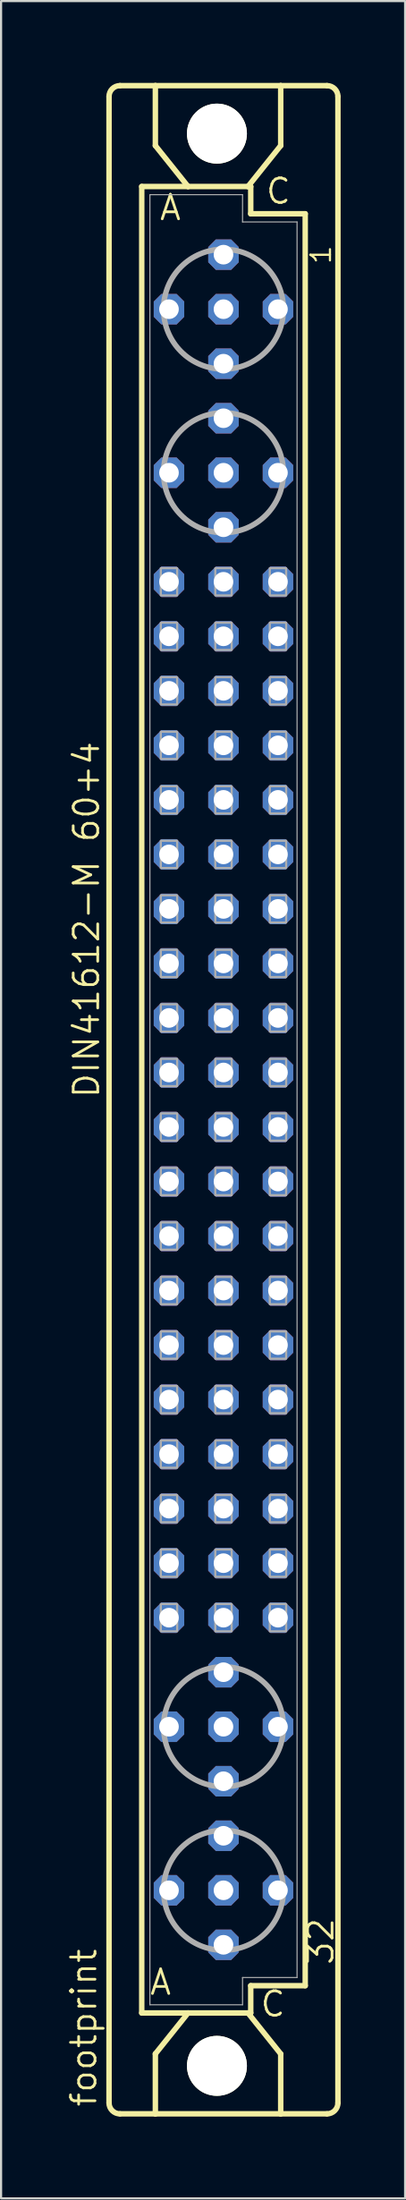
<source format=kicad_pcb>
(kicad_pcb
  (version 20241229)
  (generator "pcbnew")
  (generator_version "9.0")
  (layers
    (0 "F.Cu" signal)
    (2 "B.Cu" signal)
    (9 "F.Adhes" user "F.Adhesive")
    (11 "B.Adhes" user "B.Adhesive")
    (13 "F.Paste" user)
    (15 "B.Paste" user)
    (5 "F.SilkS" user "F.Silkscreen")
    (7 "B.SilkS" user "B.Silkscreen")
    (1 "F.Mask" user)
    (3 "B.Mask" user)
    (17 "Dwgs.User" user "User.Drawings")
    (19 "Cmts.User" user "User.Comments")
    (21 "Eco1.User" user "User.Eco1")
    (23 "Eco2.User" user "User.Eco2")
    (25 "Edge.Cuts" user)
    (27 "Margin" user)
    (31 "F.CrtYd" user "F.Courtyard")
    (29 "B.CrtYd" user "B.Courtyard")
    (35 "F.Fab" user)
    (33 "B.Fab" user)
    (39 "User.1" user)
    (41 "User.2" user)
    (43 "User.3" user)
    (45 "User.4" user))
  (footprint "footprint"
    (layer "F.Cu")
    (at 7.366 48.184)
    (property "Reference" "footprint" (at -5.842 46.99 90) (layer "F.SilkS") (effects (font (size 1.143 1.143) (thickness 0.127)) (justify left bottom)))
    (fp_line (start -5.334 46.736) (end -5.334 -46.736) (stroke (width 0.254) (type solid)) (layer "F.SilkS"))
    (fp_line (start -4.826 -47.244) (end -3.175 -47.244) (stroke (width 0.254) (type solid)) (layer "F.SilkS"))
    (fp_line (start -4.826 47.244) (end -3.175 47.244) (stroke (width 0.254) (type solid)) (layer "F.SilkS"))
    (fp_line (start -3.81 -42.545) (end -3.81 42.545) (stroke (width 0.254) (type solid)) (layer "F.SilkS"))
    (fp_line (start -3.81 42.545) (end -1.651 42.545) (stroke (width 0.254) (type solid)) (layer "F.SilkS"))
    (fp_line (start -3.175 -47.244) (end -3.175 -44.45) (stroke (width 0.254) (type solid)) (layer "F.SilkS"))
    (fp_line (start -3.175 47.244) (end -3.175 44.45) (stroke (width 0.254) (type solid)) (layer "F.SilkS"))
    (fp_line (start -3.175 47.244) (end 2.667 47.244) (stroke (width 0.254) (type solid)) (layer "F.SilkS"))
    (fp_line (start -1.651 -42.545) (end -3.81 -42.545) (stroke (width 0.254) (type solid)) (layer "F.SilkS"))
    (fp_line (start -1.651 -42.545) (end -3.175 -44.45) (stroke (width 0.254) (type solid)) (layer "F.SilkS"))
    (fp_line (start -1.651 42.545) (end -3.175 44.45) (stroke (width 0.254) (type solid)) (layer "F.SilkS"))
    (fp_line (start -1.651 42.545) (end 1.143 42.545) (stroke (width 0.254) (type solid)) (layer "F.SilkS"))
    (fp_line (start 1.143 -42.545) (end -1.651 -42.545) (stroke (width 0.254) (type solid)) (layer "F.SilkS"))
    (fp_line (start 1.143 -42.545) (end 2.667 -44.45) (stroke (width 0.254) (type solid)) (layer "F.SilkS"))
    (fp_line (start 1.143 42.545) (end 1.27 42.545) (stroke (width 0.254) (type solid)) (layer "F.SilkS"))
    (fp_line (start 1.143 42.545) (end 2.667 44.45) (stroke (width 0.254) (type solid)) (layer "F.SilkS"))
    (fp_line (start 1.27 -42.545) (end 1.143 -42.545) (stroke (width 0.254) (type solid)) (layer "F.SilkS"))
    (fp_line (start 1.27 -41.275) (end 1.27 -42.545) (stroke (width 0.254) (type solid)) (layer "F.SilkS"))
    (fp_line (start 1.27 41.275) (end 3.81 41.275) (stroke (width 0.254) (type solid)) (layer "F.SilkS"))
    (fp_line (start 1.27 42.545) (end 1.27 41.275) (stroke (width 0.254) (type solid)) (layer "F.SilkS"))
    (fp_line (start 2.667 -47.244) (end -3.175 -47.244) (stroke (width 0.254) (type solid)) (layer "F.SilkS"))
    (fp_line (start 2.667 -47.244) (end 2.667 -44.45) (stroke (width 0.254) (type solid)) (layer "F.SilkS"))
    (fp_line (start 2.667 47.244) (end 2.667 44.45) (stroke (width 0.254) (type solid)) (layer "F.SilkS"))
    (fp_line (start 2.667 47.244) (end 4.826 47.244) (stroke (width 0.254) (type solid)) (layer "F.SilkS"))
    (fp_line (start 3.81 -41.275) (end 1.27 -41.275) (stroke (width 0.254) (type solid)) (layer "F.SilkS"))
    (fp_line (start 3.81 41.275) (end 3.81 -41.275) (stroke (width 0.254) (type solid)) (layer "F.SilkS"))
    (fp_line (start 4.826 -47.244) (end 2.667 -47.244) (stroke (width 0.254) (type solid)) (layer "F.SilkS"))
    (fp_line (start 5.334 46.736) (end 5.334 -46.736) (stroke (width 0.254) (type solid)) (layer "F.SilkS"))
    (fp_arc (start -5.334 -46.736) (mid -5.18521 -47.09521) (end -4.826 -47.244) (stroke (width 0.254) (type solid)) (layer "F.SilkS"))
    (fp_arc (start -4.826 47.244) (mid -5.18521 47.09521) (end -5.334 46.736) (stroke (width 0.254) (type solid)) (layer "F.SilkS"))
    (fp_arc (start 4.826 -47.244) (mid 5.18521 -47.09521) (end 5.334 -46.736) (stroke (width 0.254) (type solid)) (layer "F.SilkS"))
    (fp_arc (start 5.334 46.736) (mid 5.18521 47.09521) (end 4.826 47.244) (stroke (width 0.254) (type solid)) (layer "F.SilkS"))
    (fp_circle (center -0.305 -45.009) (end 0.965 -45.009) (stroke (width 0.254) (type solid)) (fill no) (layer "F.SilkS"))
    (fp_circle (center -0.305 45.009) (end 0.965 45.009) (stroke (width 0.254) (type solid)) (fill no) (layer "F.SilkS"))
    (fp_line (start -3.429 -42.164) (end -3.429 42.164) (stroke (width 0.051) (type solid)) (layer "F.Fab"))
    (fp_line (start -3.429 -42.164) (end 0.889 -42.164) (stroke (width 0.051) (type solid)) (layer "F.Fab"))
    (fp_line (start -3.429 42.164) (end 0.889 42.164) (stroke (width 0.051) (type solid)) (layer "F.Fab"))
    (fp_line (start 0.889 -42.164) (end 0.889 -40.894) (stroke (width 0.051) (type solid)) (layer "F.Fab"))
    (fp_line (start 0.889 -40.894) (end 3.429 -40.894) (stroke (width 0.051) (type solid)) (layer "F.Fab"))
    (fp_line (start 0.889 40.894) (end 3.429 40.894) (stroke (width 0.051) (type solid)) (layer "F.Fab"))
    (fp_line (start 0.889 42.164) (end 0.889 40.894) (stroke (width 0.051) (type solid)) (layer "F.Fab"))
    (fp_line (start 3.429 -40.894) (end 3.429 40.894) (stroke (width 0.051) (type solid)) (layer "F.Fab"))
    (fp_circle (center 0 -36.83) (end 2.794 -36.83) (stroke (width 0.254) (type solid)) (fill no) (layer "F.Fab"))
    (fp_circle (center 0 -29.21) (end 2.794 -29.21) (stroke (width 0.254) (type solid)) (fill no) (layer "F.Fab"))
    (fp_circle (center 0 29.21) (end 2.794 29.21) (stroke (width 0.254) (type solid)) (fill no) (layer "F.Fab"))
    (fp_circle (center 0 36.83) (end 2.794 36.83) (stroke (width 0.254) (type solid)) (fill no) (layer "F.Fab"))
    (fp_poly (pts (xy -2.921 -23.495) (xy -2.159 -23.495) (xy -2.159 -24.765) (xy -2.921 -24.765)) (stroke (width 0.1) (type solid)) (fill no) (layer "F.Fab"))
    (fp_poly (pts (xy -2.921 -20.955) (xy -2.159 -20.955) (xy -2.159 -22.225) (xy -2.921 -22.225)) (stroke (width 0.1) (type solid)) (fill no) (layer "F.Fab"))
    (fp_poly (pts (xy -2.921 -18.415) (xy -2.159 -18.415) (xy -2.159 -19.685) (xy -2.921 -19.685)) (stroke (width 0.1) (type solid)) (fill no) (layer "F.Fab"))
    (fp_poly (pts (xy -2.921 -15.875) (xy -2.159 -15.875) (xy -2.159 -17.145) (xy -2.921 -17.145)) (stroke (width 0.1) (type solid)) (fill no) (layer "F.Fab"))
    (fp_poly (pts (xy -2.921 -13.335) (xy -2.159 -13.335) (xy -2.159 -14.605) (xy -2.921 -14.605)) (stroke (width 0.1) (type solid)) (fill no) (layer "F.Fab"))
    (fp_poly (pts (xy -2.921 -10.795) (xy -2.159 -10.795) (xy -2.159 -12.065) (xy -2.921 -12.065)) (stroke (width 0.1) (type solid)) (fill no) (layer "F.Fab"))
    (fp_poly (pts (xy -2.921 -8.255) (xy -2.159 -8.255) (xy -2.159 -9.525) (xy -2.921 -9.525)) (stroke (width 0.1) (type solid)) (fill no) (layer "F.Fab"))
    (fp_poly (pts (xy -2.921 -5.715) (xy -2.159 -5.715) (xy -2.159 -6.985) (xy -2.921 -6.985)) (stroke (width 0.1) (type solid)) (fill no) (layer "F.Fab"))
    (fp_poly (pts (xy -2.921 -3.175) (xy -2.159 -3.175) (xy -2.159 -4.445) (xy -2.921 -4.445)) (stroke (width 0.1) (type solid)) (fill no) (layer "F.Fab"))
    (fp_poly (pts (xy -2.921 -0.635) (xy -2.159 -0.635) (xy -2.159 -1.905) (xy -2.921 -1.905)) (stroke (width 0.1) (type solid)) (fill no) (layer "F.Fab"))
    (fp_poly (pts (xy -2.921 1.905) (xy -2.159 1.905) (xy -2.159 0.635) (xy -2.921 0.635)) (stroke (width 0.1) (type solid)) (fill no) (layer "F.Fab"))
    (fp_poly (pts (xy -2.921 4.445) (xy -2.159 4.445) (xy -2.159 3.175) (xy -2.921 3.175)) (stroke (width 0.1) (type solid)) (fill no) (layer "F.Fab"))
    (fp_poly (pts (xy -2.921 6.985) (xy -2.159 6.985) (xy -2.159 5.715) (xy -2.921 5.715)) (stroke (width 0.1) (type solid)) (fill no) (layer "F.Fab"))
    (fp_poly (pts (xy -2.921 9.525) (xy -2.159 9.525) (xy -2.159 8.255) (xy -2.921 8.255)) (stroke (width 0.1) (type solid)) (fill no) (layer "F.Fab"))
    (fp_poly (pts (xy -2.921 12.065) (xy -2.159 12.065) (xy -2.159 10.795) (xy -2.921 10.795)) (stroke (width 0.1) (type solid)) (fill no) (layer "F.Fab"))
    (fp_poly (pts (xy -2.921 14.605) (xy -2.159 14.605) (xy -2.159 13.335) (xy -2.921 13.335)) (stroke (width 0.1) (type solid)) (fill no) (layer "F.Fab"))
    (fp_poly (pts (xy -2.921 17.145) (xy -2.159 17.145) (xy -2.159 15.875) (xy -2.921 15.875)) (stroke (width 0.1) (type solid)) (fill no) (layer "F.Fab"))
    (fp_poly (pts (xy -2.921 19.685) (xy -2.159 19.685) (xy -2.159 18.415) (xy -2.921 18.415)) (stroke (width 0.1) (type solid)) (fill no) (layer "F.Fab"))
    (fp_poly (pts (xy -2.921 22.225) (xy -2.159 22.225) (xy -2.159 20.955) (xy -2.921 20.955)) (stroke (width 0.1) (type solid)) (fill no) (layer "F.Fab"))
    (fp_poly (pts (xy -2.921 24.765) (xy -2.159 24.765) (xy -2.159 23.495) (xy -2.921 23.495)) (stroke (width 0.1) (type solid)) (fill no) (layer "F.Fab"))
    (fp_poly (pts (xy -0.381 -23.495) (xy 0.381 -23.495) (xy 0.381 -24.765) (xy -0.381 -24.765)) (stroke (width 0.1) (type solid)) (fill no) (layer "F.Fab"))
    (fp_poly (pts (xy -0.381 -20.955) (xy 0.381 -20.955) (xy 0.381 -22.225) (xy -0.381 -22.225)) (stroke (width 0.1) (type solid)) (fill no) (layer "F.Fab"))
    (fp_poly (pts (xy -0.381 -18.415) (xy 0.381 -18.415) (xy 0.381 -19.685) (xy -0.381 -19.685)) (stroke (width 0.1) (type solid)) (fill no) (layer "F.Fab"))
    (fp_poly (pts (xy -0.381 -15.875) (xy 0.381 -15.875) (xy 0.381 -17.145) (xy -0.381 -17.145)) (stroke (width 0.1) (type solid)) (fill no) (layer "F.Fab"))
    (fp_poly (pts (xy -0.381 -13.335) (xy 0.381 -13.335) (xy 0.381 -14.605) (xy -0.381 -14.605)) (stroke (width 0.1) (type solid)) (fill no) (layer "F.Fab"))
    (fp_poly (pts (xy -0.381 -10.795) (xy 0.381 -10.795) (xy 0.381 -12.065) (xy -0.381 -12.065)) (stroke (width 0.1) (type solid)) (fill no) (layer "F.Fab"))
    (fp_poly (pts (xy -0.381 -8.255) (xy 0.381 -8.255) (xy 0.381 -9.525) (xy -0.381 -9.525)) (stroke (width 0.1) (type solid)) (fill no) (layer "F.Fab"))
    (fp_poly (pts (xy -0.381 -5.715) (xy 0.381 -5.715) (xy 0.381 -6.985) (xy -0.381 -6.985)) (stroke (width 0.1) (type solid)) (fill no) (layer "F.Fab"))
    (fp_poly (pts (xy -0.381 -3.175) (xy 0.381 -3.175) (xy 0.381 -4.445) (xy -0.381 -4.445)) (stroke (width 0.1) (type solid)) (fill no) (layer "F.Fab"))
    (fp_poly (pts (xy -0.381 -0.635) (xy 0.381 -0.635) (xy 0.381 -1.905) (xy -0.381 -1.905)) (stroke (width 0.1) (type solid)) (fill no) (layer "F.Fab"))
    (fp_poly (pts (xy -0.381 1.905) (xy 0.381 1.905) (xy 0.381 0.635) (xy -0.381 0.635)) (stroke (width 0.1) (type solid)) (fill no) (layer "F.Fab"))
    (fp_poly (pts (xy -0.381 4.445) (xy 0.381 4.445) (xy 0.381 3.175) (xy -0.381 3.175)) (stroke (width 0.1) (type solid)) (fill no) (layer "F.Fab"))
    (fp_poly (pts (xy -0.381 6.985) (xy 0.381 6.985) (xy 0.381 5.715) (xy -0.381 5.715)) (stroke (width 0.1) (type solid)) (fill no) (layer "F.Fab"))
    (fp_poly (pts (xy -0.381 9.525) (xy 0.381 9.525) (xy 0.381 8.255) (xy -0.381 8.255)) (stroke (width 0.1) (type solid)) (fill no) (layer "F.Fab"))
    (fp_poly (pts (xy -0.381 12.065) (xy 0.381 12.065) (xy 0.381 10.795) (xy -0.381 10.795)) (stroke (width 0.1) (type solid)) (fill no) (layer "F.Fab"))
    (fp_poly (pts (xy -0.381 14.605) (xy 0.381 14.605) (xy 0.381 13.335) (xy -0.381 13.335)) (stroke (width 0.1) (type solid)) (fill no) (layer "F.Fab"))
    (fp_poly (pts (xy -0.381 17.145) (xy 0.381 17.145) (xy 0.381 15.875) (xy -0.381 15.875)) (stroke (width 0.1) (type solid)) (fill no) (layer "F.Fab"))
    (fp_poly (pts (xy -0.381 19.685) (xy 0.381 19.685) (xy 0.381 18.415) (xy -0.381 18.415)) (stroke (width 0.1) (type solid)) (fill no) (layer "F.Fab"))
    (fp_poly (pts (xy -0.381 22.225) (xy 0.381 22.225) (xy 0.381 20.955) (xy -0.381 20.955)) (stroke (width 0.1) (type solid)) (fill no) (layer "F.Fab"))
    (fp_poly (pts (xy -0.381 24.765) (xy 0.381 24.765) (xy 0.381 23.495) (xy -0.381 23.495)) (stroke (width 0.1) (type solid)) (fill no) (layer "F.Fab"))
    (fp_poly (pts (xy 2.159 -23.495) (xy 2.921 -23.495) (xy 2.921 -24.765) (xy 2.159 -24.765)) (stroke (width 0.1) (type solid)) (fill no) (layer "F.Fab"))
    (fp_poly (pts (xy 2.159 -20.955) (xy 2.921 -20.955) (xy 2.921 -22.225) (xy 2.159 -22.225)) (stroke (width 0.1) (type solid)) (fill no) (layer "F.Fab"))
    (fp_poly (pts (xy 2.159 -18.415) (xy 2.921 -18.415) (xy 2.921 -19.685) (xy 2.159 -19.685)) (stroke (width 0.1) (type solid)) (fill no) (layer "F.Fab"))
    (fp_poly (pts (xy 2.159 -15.875) (xy 2.921 -15.875) (xy 2.921 -17.145) (xy 2.159 -17.145)) (stroke (width 0.1) (type solid)) (fill no) (layer "F.Fab"))
    (fp_poly (pts (xy 2.159 -13.335) (xy 2.921 -13.335) (xy 2.921 -14.605) (xy 2.159 -14.605)) (stroke (width 0.1) (type solid)) (fill no) (layer "F.Fab"))
    (fp_poly (pts (xy 2.159 -10.795) (xy 2.921 -10.795) (xy 2.921 -12.065) (xy 2.159 -12.065)) (stroke (width 0.1) (type solid)) (fill no) (layer "F.Fab"))
    (fp_poly (pts (xy 2.159 -8.255) (xy 2.921 -8.255) (xy 2.921 -9.525) (xy 2.159 -9.525)) (stroke (width 0.1) (type solid)) (fill no) (layer "F.Fab"))
    (fp_poly (pts (xy 2.159 -5.715) (xy 2.921 -5.715) (xy 2.921 -6.985) (xy 2.159 -6.985)) (stroke (width 0.1) (type solid)) (fill no) (layer "F.Fab"))
    (fp_poly (pts (xy 2.159 -3.175) (xy 2.921 -3.175) (xy 2.921 -4.445) (xy 2.159 -4.445)) (stroke (width 0.1) (type solid)) (fill no) (layer "F.Fab"))
    (fp_poly (pts (xy 2.159 -0.635) (xy 2.921 -0.635) (xy 2.921 -1.905) (xy 2.159 -1.905)) (stroke (width 0.1) (type solid)) (fill no) (layer "F.Fab"))
    (fp_poly (pts (xy 2.159 1.905) (xy 2.921 1.905) (xy 2.921 0.635) (xy 2.159 0.635)) (stroke (width 0.1) (type solid)) (fill no) (layer "F.Fab"))
    (fp_poly (pts (xy 2.159 4.445) (xy 2.921 4.445) (xy 2.921 3.175) (xy 2.159 3.175)) (stroke (width 0.1) (type solid)) (fill no) (layer "F.Fab"))
    (fp_poly (pts (xy 2.159 6.985) (xy 2.921 6.985) (xy 2.921 5.715) (xy 2.159 5.715)) (stroke (width 0.1) (type solid)) (fill no) (layer "F.Fab"))
    (fp_poly (pts (xy 2.159 9.525) (xy 2.921 9.525) (xy 2.921 8.255) (xy 2.159 8.255)) (stroke (width 0.1) (type solid)) (fill no) (layer "F.Fab"))
    (fp_poly (pts (xy 2.159 12.065) (xy 2.921 12.065) (xy 2.921 10.795) (xy 2.159 10.795)) (stroke (width 0.1) (type solid)) (fill no) (layer "F.Fab"))
    (fp_poly (pts (xy 2.159 14.605) (xy 2.921 14.605) (xy 2.921 13.335) (xy 2.159 13.335)) (stroke (width 0.1) (type solid)) (fill no) (layer "F.Fab"))
    (fp_poly (pts (xy 2.159 17.145) (xy 2.921 17.145) (xy 2.921 15.875) (xy 2.159 15.875)) (stroke (width 0.1) (type solid)) (fill no) (layer "F.Fab"))
    (fp_poly (pts (xy 2.159 19.685) (xy 2.921 19.685) (xy 2.921 18.415) (xy 2.159 18.415)) (stroke (width 0.1) (type solid)) (fill no) (layer "F.Fab"))
    (fp_poly (pts (xy 2.159 22.225) (xy 2.921 22.225) (xy 2.921 20.955) (xy 2.159 20.955)) (stroke (width 0.1) (type solid)) (fill no) (layer "F.Fab"))
    (fp_poly (pts (xy 2.159 24.765) (xy 2.921 24.765) (xy 2.921 23.495) (xy 2.159 23.495)) (stroke (width 0.1) (type solid)) (fill no) (layer "F.Fab"))
    (fp_text user "DIN41612-M 60+4" (at -5.715 0 90) (layer "F.SilkS") (effects (font (size 1.143 1.143) (thickness 0.127)) (justify left bottom)))
    (fp_text user " A " (at -4.375 41.783 0) (layer "F.SilkS") (effects (font (size 1.143 1.143) (thickness 0.127)) (justify left bottom)))
    (fp_text user "32" (at 5.207 40.386 90) (layer "F.SilkS") (effects (font (size 1.143 1.143) (thickness 0.127)) (justify left bottom)))
    (fp_text user " C " (at 0.778 42.799 0) (layer "F.SilkS") (effects (font (size 1.143 1.143) (thickness 0.127)) (justify left bottom)))
    (fp_text user "1" (at 5.08 -38.862 90) (layer "F.SilkS") (effects (font (size 0.914 0.914) (thickness 0.102)) (justify left bottom)))
    (fp_text user "C" (at 1.905 -41.656 0) (layer "F.SilkS") (effects (font (size 1.143 1.143) (thickness 0.127)) (justify left bottom)))
    (fp_text user "A" (at -3.048 -40.894 0) (layer "F.SilkS") (effects (font (size 1.143 1.143) (thickness 0.127)) (justify left bottom)))
    (pad "" np_thru_hole circle (at -0.305 -45.009) (size 2.794 2.794) (drill 2.794) (layers "*.Cu" "*.Mask"))
    (pad "" np_thru_hole circle (at -0.305 45.009) (size 2.794 2.794) (drill 2.794) (layers "*.Cu" "*.Mask"))
    (pad "A2" thru_hole roundrect (at -2.54 -36.83) (size 1.422 1.422) (drill 0.914) (layers "*.Cu" "*.Mask") (roundrect_rratio 0.25) (chamfer_ratio 0.25) (chamfer top_left top_right bottom_left bottom_right))
    (pad "A5" thru_hole roundrect (at -2.54 -29.21) (size 1.422 1.422) (drill 0.914) (layers "*.Cu" "*.Mask") (roundrect_rratio 0.25) (chamfer_ratio 0.25) (chamfer top_left top_right bottom_left bottom_right))
    (pad "A7" thru_hole roundrect (at -2.54 -24.13) (size 1.422 1.422) (drill 0.914) (layers "*.Cu" "*.Mask") (roundrect_rratio 0.25) (chamfer_ratio 0.25) (chamfer top_left top_right bottom_left bottom_right))
    (pad "A8" thru_hole roundrect (at -2.54 -21.59) (size 1.422 1.422) (drill 0.914) (layers "*.Cu" "*.Mask") (roundrect_rratio 0.25) (chamfer_ratio 0.25) (chamfer top_left top_right bottom_left bottom_right))
    (pad "A9" thru_hole roundrect (at -2.54 -19.05) (size 1.422 1.422) (drill 0.914) (layers "*.Cu" "*.Mask") (roundrect_rratio 0.25) (chamfer_ratio 0.25) (chamfer top_left top_right bottom_left bottom_right))
    (pad "A10" thru_hole roundrect (at -2.54 -16.51) (size 1.422 1.422) (drill 0.914) (layers "*.Cu" "*.Mask") (roundrect_rratio 0.25) (chamfer_ratio 0.25) (chamfer top_left top_right bottom_left bottom_right))
    (pad "A11" thru_hole roundrect (at -2.54 -13.97) (size 1.422 1.422) (drill 0.914) (layers "*.Cu" "*.Mask") (roundrect_rratio 0.25) (chamfer_ratio 0.25) (chamfer top_left top_right bottom_left bottom_right))
    (pad "A12" thru_hole roundrect (at -2.54 -11.43) (size 1.422 1.422) (drill 0.914) (layers "*.Cu" "*.Mask") (roundrect_rratio 0.25) (chamfer_ratio 0.25) (chamfer top_left top_right bottom_left bottom_right))
    (pad "A13" thru_hole roundrect (at -2.54 -8.89) (size 1.422 1.422) (drill 0.914) (layers "*.Cu" "*.Mask") (roundrect_rratio 0.25) (chamfer_ratio 0.25) (chamfer top_left top_right bottom_left bottom_right))
    (pad "A14" thru_hole roundrect (at -2.54 -6.35) (size 1.422 1.422) (drill 0.914) (layers "*.Cu" "*.Mask") (roundrect_rratio 0.25) (chamfer_ratio 0.25) (chamfer top_left top_right bottom_left bottom_right))
    (pad "A15" thru_hole roundrect (at -2.54 -3.81) (size 1.422 1.422) (drill 0.914) (layers "*.Cu" "*.Mask") (roundrect_rratio 0.25) (chamfer_ratio 0.25) (chamfer top_left top_right bottom_left bottom_right))
    (pad "A16" thru_hole roundrect (at -2.54 -1.27) (size 1.422 1.422) (drill 0.914) (layers "*.Cu" "*.Mask") (roundrect_rratio 0.25) (chamfer_ratio 0.25) (chamfer top_left top_right bottom_left bottom_right))
    (pad "A17" thru_hole roundrect (at -2.54 1.27) (size 1.422 1.422) (drill 0.914) (layers "*.Cu" "*.Mask") (roundrect_rratio 0.25) (chamfer_ratio 0.25) (chamfer top_left top_right bottom_left bottom_right))
    (pad "A18" thru_hole roundrect (at -2.54 3.81) (size 1.422 1.422) (drill 0.914) (layers "*.Cu" "*.Mask") (roundrect_rratio 0.25) (chamfer_ratio 0.25) (chamfer top_left top_right bottom_left bottom_right))
    (pad "A19" thru_hole roundrect (at -2.54 6.35) (size 1.422 1.422) (drill 0.914) (layers "*.Cu" "*.Mask") (roundrect_rratio 0.25) (chamfer_ratio 0.25) (chamfer top_left top_right bottom_left bottom_right))
    (pad "A20" thru_hole roundrect (at -2.54 8.89) (size 1.422 1.422) (drill 0.914) (layers "*.Cu" "*.Mask") (roundrect_rratio 0.25) (chamfer_ratio 0.25) (chamfer top_left top_right bottom_left bottom_right))
    (pad "A21" thru_hole roundrect (at -2.54 11.43) (size 1.422 1.422) (drill 0.914) (layers "*.Cu" "*.Mask") (roundrect_rratio 0.25) (chamfer_ratio 0.25) (chamfer top_left top_right bottom_left bottom_right))
    (pad "A22" thru_hole roundrect (at -2.54 13.97) (size 1.422 1.422) (drill 0.914) (layers "*.Cu" "*.Mask") (roundrect_rratio 0.25) (chamfer_ratio 0.25) (chamfer top_left top_right bottom_left bottom_right))
    (pad "A23" thru_hole roundrect (at -2.54 16.51) (size 1.422 1.422) (drill 0.914) (layers "*.Cu" "*.Mask") (roundrect_rratio 0.25) (chamfer_ratio 0.25) (chamfer top_left top_right bottom_left bottom_right))
    (pad "A24" thru_hole roundrect (at -2.54 19.05) (size 1.422 1.422) (drill 0.914) (layers "*.Cu" "*.Mask") (roundrect_rratio 0.25) (chamfer_ratio 0.25) (chamfer top_left top_right bottom_left bottom_right))
    (pad "A25" thru_hole roundrect (at -2.54 21.59) (size 1.422 1.422) (drill 0.914) (layers "*.Cu" "*.Mask") (roundrect_rratio 0.25) (chamfer_ratio 0.25) (chamfer top_left top_right bottom_left bottom_right))
    (pad "A26" thru_hole roundrect (at -2.54 24.13) (size 1.422 1.422) (drill 0.914) (layers "*.Cu" "*.Mask") (roundrect_rratio 0.25) (chamfer_ratio 0.25) (chamfer top_left top_right bottom_left bottom_right))
    (pad "A28" thru_hole roundrect (at -2.54 29.21) (size 1.422 1.422) (drill 0.914) (layers "*.Cu" "*.Mask") (roundrect_rratio 0.25) (chamfer_ratio 0.25) (chamfer top_left top_right bottom_left bottom_right))
    (pad "A31" thru_hole roundrect (at -2.54 36.83) (size 1.422 1.422) (drill 0.914) (layers "*.Cu" "*.Mask") (roundrect_rratio 0.25) (chamfer_ratio 0.25) (chamfer top_left top_right bottom_left bottom_right))
    (pad "B1" thru_hole roundrect (at 0 -39.37) (size 1.422 1.422) (drill 0.914) (layers "*.Cu" "*.Mask") (roundrect_rratio 0.25) (chamfer_ratio 0.25) (chamfer top_left top_right bottom_left bottom_right))
    (pad "B2" thru_hole roundrect (at 0 -36.83) (size 1.422 1.422) (drill 0.914) (layers "*.Cu" "*.Mask") (roundrect_rratio 0.25) (chamfer_ratio 0.25) (chamfer top_left top_right bottom_left bottom_right))
    (pad "B3" thru_hole roundrect (at 0 -34.29) (size 1.422 1.422) (drill 0.914) (layers "*.Cu" "*.Mask") (roundrect_rratio 0.25) (chamfer_ratio 0.25) (chamfer top_left top_right bottom_left bottom_right))
    (pad "B4" thru_hole roundrect (at 0 -31.75) (size 1.422 1.422) (drill 0.914) (layers "*.Cu" "*.Mask") (roundrect_rratio 0.25) (chamfer_ratio 0.25) (chamfer top_left top_right bottom_left bottom_right))
    (pad "B5" thru_hole roundrect (at 0 -29.21) (size 1.422 1.422) (drill 0.914) (layers "*.Cu" "*.Mask") (roundrect_rratio 0.25) (chamfer_ratio 0.25) (chamfer top_left top_right bottom_left bottom_right))
    (pad "B6" thru_hole roundrect (at 0 -26.67) (size 1.422 1.422) (drill 0.914) (layers "*.Cu" "*.Mask") (roundrect_rratio 0.25) (chamfer_ratio 0.25) (chamfer top_left top_right bottom_left bottom_right))
    (pad "B7" thru_hole roundrect (at 0 -24.13) (size 1.422 1.422) (drill 0.914) (layers "*.Cu" "*.Mask") (roundrect_rratio 0.25) (chamfer_ratio 0.25) (chamfer top_left top_right bottom_left bottom_right))
    (pad "B8" thru_hole roundrect (at 0 -21.59) (size 1.422 1.422) (drill 0.914) (layers "*.Cu" "*.Mask") (roundrect_rratio 0.25) (chamfer_ratio 0.25) (chamfer top_left top_right bottom_left bottom_right))
    (pad "B9" thru_hole roundrect (at 0 -19.05) (size 1.422 1.422) (drill 0.914) (layers "*.Cu" "*.Mask") (roundrect_rratio 0.25) (chamfer_ratio 0.25) (chamfer top_left top_right bottom_left bottom_right))
    (pad "B10" thru_hole roundrect (at 0 -16.51) (size 1.422 1.422) (drill 0.914) (layers "*.Cu" "*.Mask") (roundrect_rratio 0.25) (chamfer_ratio 0.25) (chamfer top_left top_right bottom_left bottom_right))
    (pad "B11" thru_hole roundrect (at 0 -13.97) (size 1.422 1.422) (drill 0.914) (layers "*.Cu" "*.Mask") (roundrect_rratio 0.25) (chamfer_ratio 0.25) (chamfer top_left top_right bottom_left bottom_right))
    (pad "B12" thru_hole roundrect (at 0 -11.43) (size 1.422 1.422) (drill 0.914) (layers "*.Cu" "*.Mask") (roundrect_rratio 0.25) (chamfer_ratio 0.25) (chamfer top_left top_right bottom_left bottom_right))
    (pad "B13" thru_hole roundrect (at 0 -8.89) (size 1.422 1.422) (drill 0.914) (layers "*.Cu" "*.Mask") (roundrect_rratio 0.25) (chamfer_ratio 0.25) (chamfer top_left top_right bottom_left bottom_right))
    (pad "B14" thru_hole roundrect (at 0 -6.35) (size 1.422 1.422) (drill 0.914) (layers "*.Cu" "*.Mask") (roundrect_rratio 0.25) (chamfer_ratio 0.25) (chamfer top_left top_right bottom_left bottom_right))
    (pad "B15" thru_hole roundrect (at 0 -3.81) (size 1.422 1.422) (drill 0.914) (layers "*.Cu" "*.Mask") (roundrect_rratio 0.25) (chamfer_ratio 0.25) (chamfer top_left top_right bottom_left bottom_right))
    (pad "B16" thru_hole roundrect (at 0 -1.27) (size 1.422 1.422) (drill 0.914) (layers "*.Cu" "*.Mask") (roundrect_rratio 0.25) (chamfer_ratio 0.25) (chamfer top_left top_right bottom_left bottom_right))
    (pad "B17" thru_hole roundrect (at 0 1.27) (size 1.422 1.422) (drill 0.914) (layers "*.Cu" "*.Mask") (roundrect_rratio 0.25) (chamfer_ratio 0.25) (chamfer top_left top_right bottom_left bottom_right))
    (pad "B18" thru_hole roundrect (at 0 3.81) (size 1.422 1.422) (drill 0.914) (layers "*.Cu" "*.Mask") (roundrect_rratio 0.25) (chamfer_ratio 0.25) (chamfer top_left top_right bottom_left bottom_right))
    (pad "B19" thru_hole roundrect (at 0 6.35) (size 1.422 1.422) (drill 0.914) (layers "*.Cu" "*.Mask") (roundrect_rratio 0.25) (chamfer_ratio 0.25) (chamfer top_left top_right bottom_left bottom_right))
    (pad "B20" thru_hole roundrect (at 0 8.89) (size 1.422 1.422) (drill 0.914) (layers "*.Cu" "*.Mask") (roundrect_rratio 0.25) (chamfer_ratio 0.25) (chamfer top_left top_right bottom_left bottom_right))
    (pad "B21" thru_hole roundrect (at 0 11.43) (size 1.422 1.422) (drill 0.914) (layers "*.Cu" "*.Mask") (roundrect_rratio 0.25) (chamfer_ratio 0.25) (chamfer top_left top_right bottom_left bottom_right))
    (pad "B22" thru_hole roundrect (at 0 13.97) (size 1.422 1.422) (drill 0.914) (layers "*.Cu" "*.Mask") (roundrect_rratio 0.25) (chamfer_ratio 0.25) (chamfer top_left top_right bottom_left bottom_right))
    (pad "B23" thru_hole roundrect (at 0 16.51) (size 1.422 1.422) (drill 0.914) (layers "*.Cu" "*.Mask") (roundrect_rratio 0.25) (chamfer_ratio 0.25) (chamfer top_left top_right bottom_left bottom_right))
    (pad "B24" thru_hole roundrect (at 0 19.05) (size 1.422 1.422) (drill 0.914) (layers "*.Cu" "*.Mask") (roundrect_rratio 0.25) (chamfer_ratio 0.25) (chamfer top_left top_right bottom_left bottom_right))
    (pad "B25" thru_hole roundrect (at 0 21.59) (size 1.422 1.422) (drill 0.914) (layers "*.Cu" "*.Mask") (roundrect_rratio 0.25) (chamfer_ratio 0.25) (chamfer top_left top_right bottom_left bottom_right))
    (pad "B26" thru_hole roundrect (at 0 24.13) (size 1.422 1.422) (drill 0.914) (layers "*.Cu" "*.Mask") (roundrect_rratio 0.25) (chamfer_ratio 0.25) (chamfer top_left top_right bottom_left bottom_right))
    (pad "B27" thru_hole roundrect (at 0 26.67) (size 1.422 1.422) (drill 0.914) (layers "*.Cu" "*.Mask") (roundrect_rratio 0.25) (chamfer_ratio 0.25) (chamfer top_left top_right bottom_left bottom_right))
    (pad "B28" thru_hole roundrect (at 0 29.21) (size 1.422 1.422) (drill 0.914) (layers "*.Cu" "*.Mask") (roundrect_rratio 0.25) (chamfer_ratio 0.25) (chamfer top_left top_right bottom_left bottom_right))
    (pad "B29" thru_hole roundrect (at 0 31.75) (size 1.422 1.422) (drill 0.914) (layers "*.Cu" "*.Mask") (roundrect_rratio 0.25) (chamfer_ratio 0.25) (chamfer top_left top_right bottom_left bottom_right))
    (pad "B30" thru_hole roundrect (at 0 34.29) (size 1.422 1.422) (drill 0.914) (layers "*.Cu" "*.Mask") (roundrect_rratio 0.25) (chamfer_ratio 0.25) (chamfer top_left top_right bottom_left bottom_right))
    (pad "B31" thru_hole roundrect (at 0 36.83) (size 1.422 1.422) (drill 0.914) (layers "*.Cu" "*.Mask") (roundrect_rratio 0.25) (chamfer_ratio 0.25) (chamfer top_left top_right bottom_left bottom_right))
    (pad "B32" thru_hole roundrect (at 0 39.37) (size 1.422 1.422) (drill 0.914) (layers "*.Cu" "*.Mask") (roundrect_rratio 0.25) (chamfer_ratio 0.25) (chamfer top_left top_right bottom_left bottom_right))
    (pad "C2" thru_hole roundrect (at 2.54 -36.83) (size 1.422 1.422) (drill 0.914) (layers "*.Cu" "*.Mask") (roundrect_rratio 0.25) (chamfer_ratio 0.25) (chamfer top_left top_right bottom_left bottom_right))
    (pad "C5" thru_hole roundrect (at 2.54 -29.21) (size 1.422 1.422) (drill 0.914) (layers "*.Cu" "*.Mask") (roundrect_rratio 0.25) (chamfer_ratio 0.25) (chamfer top_left top_right bottom_left bottom_right))
    (pad "C7" thru_hole roundrect (at 2.54 -24.13) (size 1.422 1.422) (drill 0.914) (layers "*.Cu" "*.Mask") (roundrect_rratio 0.25) (chamfer_ratio 0.25) (chamfer top_left top_right bottom_left bottom_right))
    (pad "C8" thru_hole roundrect (at 2.54 -21.59) (size 1.422 1.422) (drill 0.914) (layers "*.Cu" "*.Mask") (roundrect_rratio 0.25) (chamfer_ratio 0.25) (chamfer top_left top_right bottom_left bottom_right))
    (pad "C9" thru_hole roundrect (at 2.54 -19.05) (size 1.422 1.422) (drill 0.914) (layers "*.Cu" "*.Mask") (roundrect_rratio 0.25) (chamfer_ratio 0.25) (chamfer top_left top_right bottom_left bottom_right))
    (pad "C10" thru_hole roundrect (at 2.54 -16.51) (size 1.422 1.422) (drill 0.914) (layers "*.Cu" "*.Mask") (roundrect_rratio 0.25) (chamfer_ratio 0.25) (chamfer top_left top_right bottom_left bottom_right))
    (pad "C11" thru_hole roundrect (at 2.54 -13.97) (size 1.422 1.422) (drill 0.914) (layers "*.Cu" "*.Mask") (roundrect_rratio 0.25) (chamfer_ratio 0.25) (chamfer top_left top_right bottom_left bottom_right))
    (pad "C12" thru_hole roundrect (at 2.54 -11.43) (size 1.422 1.422) (drill 0.914) (layers "*.Cu" "*.Mask") (roundrect_rratio 0.25) (chamfer_ratio 0.25) (chamfer top_left top_right bottom_left bottom_right))
    (pad "C13" thru_hole roundrect (at 2.54 -8.89) (size 1.422 1.422) (drill 0.914) (layers "*.Cu" "*.Mask") (roundrect_rratio 0.25) (chamfer_ratio 0.25) (chamfer top_left top_right bottom_left bottom_right))
    (pad "C14" thru_hole roundrect (at 2.54 -6.35) (size 1.422 1.422) (drill 0.914) (layers "*.Cu" "*.Mask") (roundrect_rratio 0.25) (chamfer_ratio 0.25) (chamfer top_left top_right bottom_left bottom_right))
    (pad "C15" thru_hole roundrect (at 2.54 -3.81) (size 1.422 1.422) (drill 0.914) (layers "*.Cu" "*.Mask") (roundrect_rratio 0.25) (chamfer_ratio 0.25) (chamfer top_left top_right bottom_left bottom_right))
    (pad "C16" thru_hole roundrect (at 2.54 -1.27) (size 1.422 1.422) (drill 0.914) (layers "*.Cu" "*.Mask") (roundrect_rratio 0.25) (chamfer_ratio 0.25) (chamfer top_left top_right bottom_left bottom_right))
    (pad "C17" thru_hole roundrect (at 2.54 1.27) (size 1.422 1.422) (drill 0.914) (layers "*.Cu" "*.Mask") (roundrect_rratio 0.25) (chamfer_ratio 0.25) (chamfer top_left top_right bottom_left bottom_right))
    (pad "C18" thru_hole roundrect (at 2.54 3.81) (size 1.422 1.422) (drill 0.914) (layers "*.Cu" "*.Mask") (roundrect_rratio 0.25) (chamfer_ratio 0.25) (chamfer top_left top_right bottom_left bottom_right))
    (pad "C19" thru_hole roundrect (at 2.54 6.35) (size 1.422 1.422) (drill 0.914) (layers "*.Cu" "*.Mask") (roundrect_rratio 0.25) (chamfer_ratio 0.25) (chamfer top_left top_right bottom_left bottom_right))
    (pad "C20" thru_hole roundrect (at 2.54 8.89) (size 1.422 1.422) (drill 0.914) (layers "*.Cu" "*.Mask") (roundrect_rratio 0.25) (chamfer_ratio 0.25) (chamfer top_left top_right bottom_left bottom_right))
    (pad "C21" thru_hole roundrect (at 2.54 11.43) (size 1.422 1.422) (drill 0.914) (layers "*.Cu" "*.Mask") (roundrect_rratio 0.25) (chamfer_ratio 0.25) (chamfer top_left top_right bottom_left bottom_right))
    (pad "C22" thru_hole roundrect (at 2.54 13.97) (size 1.422 1.422) (drill 0.914) (layers "*.Cu" "*.Mask") (roundrect_rratio 0.25) (chamfer_ratio 0.25) (chamfer top_left top_right bottom_left bottom_right))
    (pad "C23" thru_hole roundrect (at 2.54 16.51) (size 1.422 1.422) (drill 0.914) (layers "*.Cu" "*.Mask") (roundrect_rratio 0.25) (chamfer_ratio 0.25) (chamfer top_left top_right bottom_left bottom_right))
    (pad "C24" thru_hole roundrect (at 2.54 19.05) (size 1.422 1.422) (drill 0.914) (layers "*.Cu" "*.Mask") (roundrect_rratio 0.25) (chamfer_ratio 0.25) (chamfer top_left top_right bottom_left bottom_right))
    (pad "C25" thru_hole roundrect (at 2.54 21.59) (size 1.422 1.422) (drill 0.914) (layers "*.Cu" "*.Mask") (roundrect_rratio 0.25) (chamfer_ratio 0.25) (chamfer top_left top_right bottom_left bottom_right))
    (pad "C26" thru_hole roundrect (at 2.54 24.13) (size 1.422 1.422) (drill 0.914) (layers "*.Cu" "*.Mask") (roundrect_rratio 0.25) (chamfer_ratio 0.25) (chamfer top_left top_right bottom_left bottom_right))
    (pad "C28" thru_hole roundrect (at 2.54 29.21) (size 1.422 1.422) (drill 0.914) (layers "*.Cu" "*.Mask") (roundrect_rratio 0.25) (chamfer_ratio 0.25) (chamfer top_left top_right bottom_left bottom_right))
    (pad "C31" thru_hole roundrect (at 2.54 36.83) (size 1.422 1.422) (drill 0.914) (layers "*.Cu" "*.Mask") (roundrect_rratio 0.25) (chamfer_ratio 0.25) (chamfer top_left top_right bottom_left bottom_right))
    (zone (net_name "") (layers "F.Cu" "B.Cu") (hatch edge 0.508) (connect_pads) (min_thickness 0.254) (filled_areas_thickness no) (keepout (tracks allowed) (vias not_allowed) (pads allowed) (copperpour allowed) (footprints allowed)) (placement (enabled no)) (fill) (polygon (pts (xy 10.236 3.175) (xy 10.188 2.624) (xy 10.045 2.089) (xy 9.811 1.587) (xy 9.493 1.134) (xy 9.102 0.743) (xy 8.649 0.425) (xy 8.147 0.191) (xy 7.613 0.048) (xy 7.061 0) (xy 6.51 0.048) (xy 5.975 0.191) (xy 5.474 0.425) (xy 5.02 0.743) (xy 4.629 1.134) (xy 4.312 1.587) (xy 4.078 2.089) (xy 3.934 2.624) (xy 3.886 3.175) (xy 3.934 3.726) (xy 4.078 4.261) (xy 4.312 4.763) (xy 4.629 5.216) (xy 5.02 5.607) (xy 5.474 5.925) (xy 5.975 6.159) (xy 6.51 6.302) (xy 7.061 6.35) (xy 7.613 6.302) (xy 8.147 6.159) (xy 8.649 5.925) (xy 9.102 5.607) (xy 9.493 5.216) (xy 9.811 4.763) (xy 10.045 4.261) (xy 10.188 3.726))) (polygon (pts (xy 8.458 3.175) (xy 8.437 2.932) (xy 8.374 2.697) (xy 8.271 2.477) (xy 8.131 2.277) (xy 7.959 2.105) (xy 7.76 1.965) (xy 7.539 1.862) (xy 7.304 1.799) (xy 7.061 1.778) (xy 6.819 1.799) (xy 6.583 1.862) (xy 6.363 1.965) (xy 6.163 2.105) (xy 5.991 2.277) (xy 5.851 2.477) (xy 5.748 2.697) (xy 5.685 2.932) (xy 5.664 3.175) (xy 5.685 3.418) (xy 5.748 3.653) (xy 5.851 3.873) (xy 5.991 4.073) (xy 6.163 4.245) (xy 6.363 4.385) (xy 6.583 4.488) (xy 6.819 4.551) (xy 7.061 4.572) (xy 7.304 4.551) (xy 7.539 4.488) (xy 7.76 4.385) (xy 7.959 4.245) (xy 8.131 4.073) (xy 8.271 3.873) (xy 8.374 3.653) (xy 8.437 3.418))))
    (zone (net_name "") (layers "F.Cu" "B.Cu") (hatch edge 0.508) (connect_pads) (min_thickness 0.254) (filled_areas_thickness no) (keepout (tracks allowed) (vias not_allowed) (pads allowed) (copperpour allowed) (footprints allowed)) (placement (enabled no)) (fill) (polygon (pts (xy 10.236 93.193) (xy 10.188 92.641) (xy 10.045 92.107) (xy 9.811 91.605) (xy 9.493 91.152) (xy 9.102 90.76) (xy 8.649 90.443) (xy 8.147 90.209) (xy 7.613 90.066) (xy 7.061 90.018) (xy 6.51 90.066) (xy 5.975 90.209) (xy 5.474 90.443) (xy 5.02 90.76) (xy 4.629 91.152) (xy 4.312 91.605) (xy 4.078 92.107) (xy 3.934 92.641) (xy 3.886 93.193) (xy 3.934 93.744) (xy 4.078 94.279) (xy 4.312 94.78) (xy 4.629 95.233) (xy 5.02 95.625) (xy 5.474 95.942) (xy 5.975 96.176) (xy 6.51 96.319) (xy 7.061 96.368) (xy 7.613 96.319) (xy 8.147 96.176) (xy 8.649 95.942) (xy 9.102 95.625) (xy 9.493 95.233) (xy 9.811 94.78) (xy 10.045 94.279) (xy 10.188 93.744))) (polygon (pts (xy 8.458 93.193) (xy 8.437 92.95) (xy 8.374 92.715) (xy 8.271 92.494) (xy 8.131 92.295) (xy 7.959 92.122) (xy 7.76 91.983) (xy 7.539 91.88) (xy 7.304 91.817) (xy 7.061 91.796) (xy 6.819 91.817) (xy 6.583 91.88) (xy 6.363 91.983) (xy 6.163 92.122) (xy 5.991 92.295) (xy 5.851 92.494) (xy 5.748 92.715) (xy 5.685 92.95) (xy 5.664 93.193) (xy 5.685 93.435) (xy 5.748 93.67) (xy 5.851 93.891) (xy 5.991 94.091) (xy 6.163 94.263) (xy 6.363 94.402) (xy 6.583 94.505) (xy 6.819 94.568) (xy 7.061 94.59) (xy 7.304 94.568) (xy 7.539 94.505) (xy 7.76 94.402) (xy 7.959 94.263) (xy 8.131 94.091) (xy 8.271 93.891) (xy 8.374 93.67) (xy 8.437 93.435))))
    (zone (net_name "") (layer "B.Cu") (hatch edge 0.508) (connect_pads) (min_thickness 0.254) (filled_areas_thickness no) (keepout (tracks not_allowed) (vias not_allowed) (pads not_allowed) (copperpour not_allowed) (footprints allowed)) (placement (enabled no)) (fill) (polygon (pts (xy 10.236 3.175) (xy 10.188 2.624) (xy 10.045 2.089) (xy 9.811 1.587) (xy 9.493 1.134) (xy 9.102 0.743) (xy 8.649 0.425) (xy 8.147 0.191) (xy 7.613 0.048) (xy 7.061 0) (xy 6.51 0.048) (xy 5.975 0.191) (xy 5.474 0.425) (xy 5.02 0.743) (xy 4.629 1.134) (xy 4.312 1.587) (xy 4.078 2.089) (xy 3.934 2.624) (xy 3.886 3.175) (xy 3.934 3.726) (xy 4.078 4.261) (xy 4.312 4.763) (xy 4.629 5.216) (xy 5.02 5.607) (xy 5.474 5.925) (xy 5.975 6.159) (xy 6.51 6.302) (xy 7.061 6.35) (xy 7.613 6.302) (xy 8.147 6.159) (xy 8.649 5.925) (xy 9.102 5.607) (xy 9.493 5.216) (xy 9.811 4.763) (xy 10.045 4.261) (xy 10.188 3.726))) (polygon (pts (xy 8.458 3.175) (xy 8.437 2.932) (xy 8.374 2.697) (xy 8.271 2.477) (xy 8.131 2.277) (xy 7.959 2.105) (xy 7.76 1.965) (xy 7.539 1.862) (xy 7.304 1.799) (xy 7.061 1.778) (xy 6.819 1.799) (xy 6.583 1.862) (xy 6.363 1.965) (xy 6.163 2.105) (xy 5.991 2.277) (xy 5.851 2.477) (xy 5.748 2.697) (xy 5.685 2.932) (xy 5.664 3.175) (xy 5.685 3.418) (xy 5.748 3.653) (xy 5.851 3.873) (xy 5.991 4.073) (xy 6.163 4.245) (xy 6.363 4.385) (xy 6.583 4.488) (xy 6.819 4.551) (xy 7.061 4.572) (xy 7.304 4.551) (xy 7.539 4.488) (xy 7.76 4.385) (xy 7.959 4.245) (xy 8.131 4.073) (xy 8.271 3.873) (xy 8.374 3.653) (xy 8.437 3.418))))
    (zone (net_name "") (layer "B.Cu") (hatch edge 0.508) (connect_pads) (min_thickness 0.254) (filled_areas_thickness no) (keepout (tracks not_allowed) (vias not_allowed) (pads not_allowed) (copperpour not_allowed) (footprints allowed)) (placement (enabled no)) (fill) (polygon (pts (xy 10.236 93.193) (xy 10.188 92.641) (xy 10.045 92.107) (xy 9.811 91.605) (xy 9.493 91.152) (xy 9.102 90.76) (xy 8.649 90.443) (xy 8.147 90.209) (xy 7.613 90.066) (xy 7.061 90.018) (xy 6.51 90.066) (xy 5.975 90.209) (xy 5.474 90.443) (xy 5.02 90.76) (xy 4.629 91.152) (xy 4.312 91.605) (xy 4.078 92.107) (xy 3.934 92.641) (xy 3.886 93.193) (xy 3.934 93.744) (xy 4.078 94.279) (xy 4.312 94.78) (xy 4.629 95.233) (xy 5.02 95.625) (xy 5.474 95.942) (xy 5.975 96.176) (xy 6.51 96.319) (xy 7.061 96.368) (xy 7.613 96.319) (xy 8.147 96.176) (xy 8.649 95.942) (xy 9.102 95.625) (xy 9.493 95.233) (xy 9.811 94.78) (xy 10.045 94.279) (xy 10.188 93.744))) (polygon (pts (xy 8.458 93.193) (xy 8.437 92.95) (xy 8.374 92.715) (xy 8.271 92.494) (xy 8.131 92.295) (xy 7.959 92.122) (xy 7.76 91.983) (xy 7.539 91.88) (xy 7.304 91.817) (xy 7.061 91.796) (xy 6.819 91.817) (xy 6.583 91.88) (xy 6.363 91.983) (xy 6.163 92.122) (xy 5.991 92.295) (xy 5.851 92.494) (xy 5.748 92.715) (xy 5.685 92.95) (xy 5.664 93.193) (xy 5.685 93.435) (xy 5.748 93.67) (xy 5.851 93.891) (xy 5.991 94.091) (xy 6.163 94.263) (xy 6.363 94.402) (xy 6.583 94.505) (xy 6.819 94.568) (xy 7.061 94.59) (xy 7.304 94.568) (xy 7.539 94.505) (xy 7.76 94.402) (xy 7.959 94.263) (xy 8.131 94.091) (xy 8.271 93.891) (xy 8.374 93.67) (xy 8.437 93.435)))))
  (gr_rect
    (start -3 -3)
    (end 15.832 99.368)
    (stroke (width 0.1) (type default))
    (fill no)
    (layer "Edge.Cuts")))
</source>
